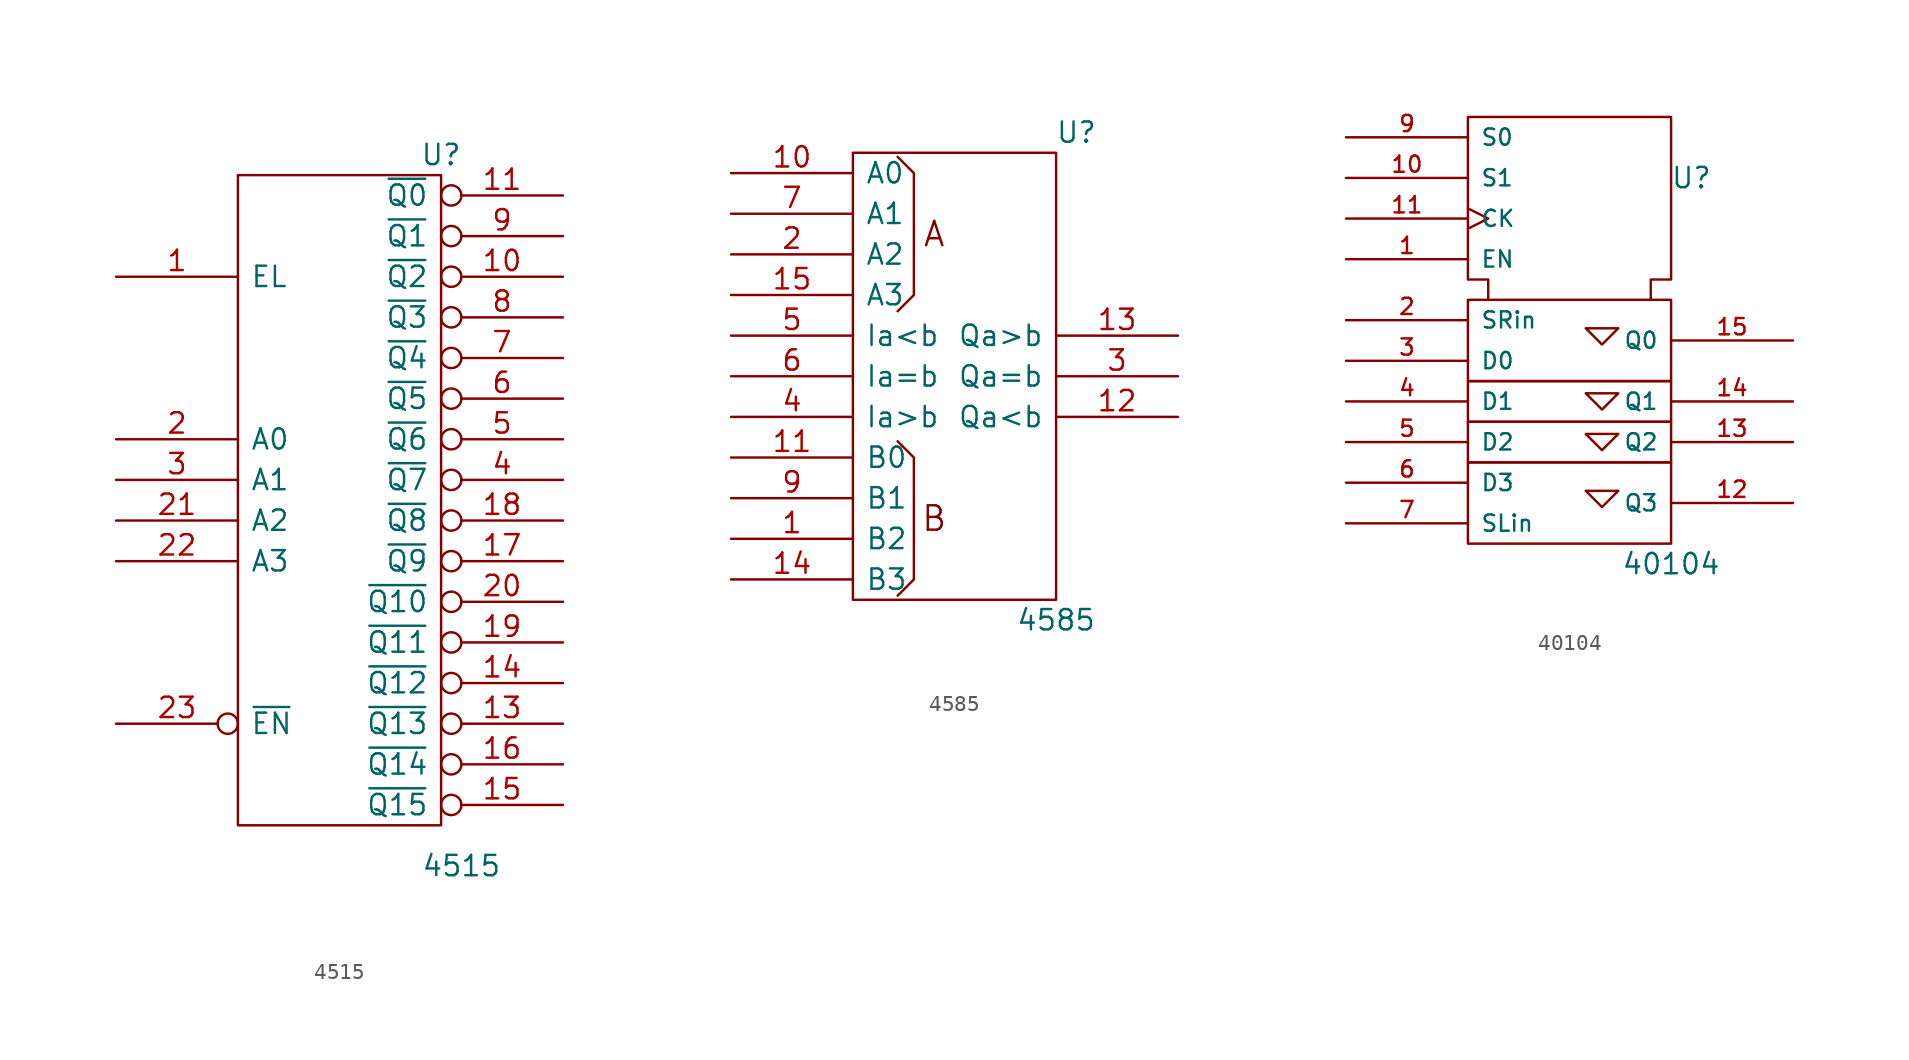
<source format=kicad_sym>
(kicad_symbol_lib
  (version 20211014)
  (generator kicad_symbol_editor)
  (symbol "4515"
    (pin_names
      (offset 0.762))
    (property "Reference" "U"
      (at 6.35 21.59 0)
      (effects (font (size 1.27 1.27))))
    (property "Value" "4515"
      (at 7.62 -22.86 0)
      (effects (font (size 1.27 1.27))))
    (symbol "4515_0_1"
      (rectangle (start -6.35 20.32) (end 6.35 -20.32) (stroke (width 0) (type default) (color 0 0 0 0)) (fill (type none))))
    (symbol "4515_1_1"
      (pin input line (at -13.97 13.97 0) (length 7.62) (name "EL" (effects (font (size 1.27 1.27)))) (number "1" (effects (font (size 1.27 1.27)))))
      (pin output inverted (at 13.97 13.97 180) (length 7.62) (name "~{Q2}" (effects (font (size 1.27 1.27)))) (number "10" (effects (font (size 1.27 1.27)))))
      (pin output inverted (at 13.97 19.05 180) (length 7.62) (name "~{Q0}" (effects (font (size 1.27 1.27)))) (number "11" (effects (font (size 1.27 1.27)))))
      (pin power_in line (at 0 -20.32 90) (length 0) hide (name "Vss" (effects (font (size 1.27 1.27)))) (number "12" (effects (font (size 1.27 1.27)))))
      (pin output inverted (at 13.97 -13.97 180) (length 7.62) (name "~{Q13}" (effects (font (size 1.27 1.27)))) (number "13" (effects (font (size 1.27 1.27)))))
      (pin output inverted (at 13.97 -11.43 180) (length 7.62) (name "~{Q12}" (effects (font (size 1.27 1.27)))) (number "14" (effects (font (size 1.27 1.27)))))
      (pin output inverted (at 13.97 -19.05 180) (length 7.62) (name "~{Q15}" (effects (font (size 1.27 1.27)))) (number "15" (effects (font (size 1.27 1.27)))))
      (pin output inverted (at 13.97 -16.51 180) (length 7.62) (name "~{Q14}" (effects (font (size 1.27 1.27)))) (number "16" (effects (font (size 1.27 1.27)))))
      (pin output inverted (at 13.97 -3.81 180) (length 7.62) (name "~{Q9}" (effects (font (size 1.27 1.27)))) (number "17" (effects (font (size 1.27 1.27)))))
      (pin output inverted (at 13.97 -1.27 180) (length 7.62) (name "~{Q8}" (effects (font (size 1.27 1.27)))) (number "18" (effects (font (size 1.27 1.27)))))
      (pin output inverted (at 13.97 -8.89 180) (length 7.62) (name "~{Q11}" (effects (font (size 1.27 1.27)))) (number "19" (effects (font (size 1.27 1.27)))))
      (pin input line (at -13.97 3.81 0) (length 7.62) (name "A0" (effects (font (size 1.27 1.27)))) (number "2" (effects (font (size 1.27 1.27)))))
      (pin output inverted (at 13.97 -6.35 180) (length 7.62) (name "~{Q10}" (effects (font (size 1.27 1.27)))) (number "20" (effects (font (size 1.27 1.27)))))
      (pin input line (at -13.97 -1.27 0) (length 7.62) (name "A2" (effects (font (size 1.27 1.27)))) (number "21" (effects (font (size 1.27 1.27)))))
      (pin input line (at -13.97 -3.81 0) (length 7.62) (name "A3" (effects (font (size 1.27 1.27)))) (number "22" (effects (font (size 1.27 1.27)))))
      (pin input inverted (at -13.97 -13.97 0) (length 7.62) (name "~{EN}" (effects (font (size 1.27 1.27)))) (number "23" (effects (font (size 1.27 1.27)))))
      (pin power_in line (at 0 20.32 270) (length 0) hide (name "Vdd" (effects (font (size 1.27 1.27)))) (number "24" (effects (font (size 1.27 1.27)))))
      (pin input line (at -13.97 1.27 0) (length 7.62) (name "A1" (effects (font (size 1.27 1.27)))) (number "3" (effects (font (size 1.27 1.27)))))
      (pin output inverted (at 13.97 1.27 180) (length 7.62) (name "~{Q7}" (effects (font (size 1.27 1.27)))) (number "4" (effects (font (size 1.27 1.27)))))
      (pin output inverted (at 13.97 3.81 180) (length 7.62) (name "~{Q6}" (effects (font (size 1.27 1.27)))) (number "5" (effects (font (size 1.27 1.27)))))
      (pin output inverted (at 13.97 6.35 180) (length 7.62) (name "~{Q5}" (effects (font (size 1.27 1.27)))) (number "6" (effects (font (size 1.27 1.27)))))
      (pin output inverted (at 13.97 8.89 180) (length 7.62) (name "~{Q4}" (effects (font (size 1.27 1.27)))) (number "7" (effects (font (size 1.27 1.27)))))
      (pin output inverted (at 13.97 11.43 180) (length 7.62) (name "~{Q3}" (effects (font (size 1.27 1.27)))) (number "8" (effects (font (size 1.27 1.27)))))
      (pin output inverted (at 13.97 16.51 180) (length 7.62) (name "~{Q1}" (effects (font (size 1.27 1.27)))) (number "9" (effects (font (size 1.27 1.27)))))))
  (symbol "4585"
    (pin_names
      (offset 0.762))
    (property "Reference" "U"
      (at 7.62 15.24 0)
      (effects (font (size 1.27 1.27))))
    (property "Value" "4585"
      (at 6.35 -15.24 0)
      (effects (font (size 1.27 1.27))))
    (symbol "4585_0_0"
      (rectangle (start -6.35 13.97) (end 6.35 -13.97) (stroke (width 0) (type default) (color 0 0 0 0)) (fill (type none)))
      (polyline (pts (xy -3.556 -4.064) (xy -2.54 -5.08) (xy -2.54 -12.7) (xy -3.556 -13.716) (xy -3.556 -13.716)) (stroke (width 0) (type default) (color 0 0 0 0)) (fill (type none)))
      (text "A" (at -1.27 8.89 0) (effects (font (size 1.524 1.524))))
      (text "B" (at -1.27 -8.89 0) (effects (font (size 1.524 1.524)))))
    (symbol "4585_0_1"
      (polyline (pts (xy -3.556 4.064) (xy -2.54 5.08) (xy -2.54 12.7) (xy -3.556 13.716) (xy -3.556 13.716)) (stroke (width 0) (type default) (color 0 0 0 0)) (fill (type none)))
      (pin power_in line (at 0 13.97 270) (length 0) hide (name "Vdd" (effects (font (size 1.27 1.27)))) (number "16" (effects (font (size 1.27 1.27)))))
      (pin power_in line (at 0 -13.97 90) (length 0) hide (name "Vss" (effects (font (size 1.27 1.27)))) (number "8" (effects (font (size 1.27 1.27))))))
    (symbol "4585_1_1"
      (pin input line (at -13.97 -10.16 0) (length 7.62) (name "B2" (effects (font (size 1.27 1.27)))) (number "1" (effects (font (size 1.27 1.27)))))
      (pin input line (at -13.97 12.7 0) (length 7.62) (name "A0" (effects (font (size 1.27 1.27)))) (number "10" (effects (font (size 1.27 1.27)))))
      (pin input line (at -13.97 -5.08 0) (length 7.62) (name "B0" (effects (font (size 1.27 1.27)))) (number "11" (effects (font (size 1.27 1.27)))))
      (pin output line (at 13.97 -2.54 180) (length 7.62) (name "Qa<b" (effects (font (size 1.27 1.27)))) (number "12" (effects (font (size 1.27 1.27)))))
      (pin output line (at 13.97 2.54 180) (length 7.62) (name "Qa>b" (effects (font (size 1.27 1.27)))) (number "13" (effects (font (size 1.27 1.27)))))
      (pin input line (at -13.97 -12.7 0) (length 7.62) (name "B3" (effects (font (size 1.27 1.27)))) (number "14" (effects (font (size 1.27 1.27)))))
      (pin input line (at -13.97 5.08 0) (length 7.62) (name "A3" (effects (font (size 1.27 1.27)))) (number "15" (effects (font (size 1.27 1.27)))))
      (pin input line (at -13.97 7.62 0) (length 7.62) (name "A2" (effects (font (size 1.27 1.27)))) (number "2" (effects (font (size 1.27 1.27)))))
      (pin output line (at 13.97 0 180) (length 7.62) (name "Qa=b" (effects (font (size 1.27 1.27)))) (number "3" (effects (font (size 1.27 1.27)))))
      (pin input line (at -13.97 -2.54 0) (length 7.62) (name "Ia>b" (effects (font (size 1.27 1.27)))) (number "4" (effects (font (size 1.27 1.27)))))
      (pin input line (at -13.97 2.54 0) (length 7.62) (name "Ia<b" (effects (font (size 1.27 1.27)))) (number "5" (effects (font (size 1.27 1.27)))))
      (pin input line (at -13.97 0 0) (length 7.62) (name "Ia=b" (effects (font (size 1.27 1.27)))) (number "6" (effects (font (size 1.27 1.27)))))
      (pin input line (at -13.97 10.16 0) (length 7.62) (name "A1" (effects (font (size 1.27 1.27)))) (number "7" (effects (font (size 1.27 1.27)))))
      (pin input line (at -13.97 -7.62 0) (length 7.62) (name "B1" (effects (font (size 1.27 1.27)))) (number "9" (effects (font (size 1.27 1.27)))))))
  (symbol "40104"
    (pin_names
      (offset 0.762))
    (property "Reference" "U"
      (at 7.62 8.89 0)
      (effects (font (size 1.27 1.27))))
    (property "Value" "40104"
      (at 6.35 -15.24 0)
      (effects (font (size 1.27 1.27))))
    (symbol "40104_0_0"
      (rectangle (start -6.35 -8.89) (end 6.35 -13.97) (stroke (width 0) (type default) (color 0 0 0 0)) (fill (type none)))
      (rectangle (start -6.35 -6.35) (end 6.35 -8.89) (stroke (width 0) (type default) (color 0 0 0 0)) (fill (type none))))
    (symbol "40104_0_1"
      (rectangle (start -6.35 -3.81) (end 6.35 -6.35) (stroke (width 0) (type default) (color 0 0 0 0)) (fill (type none)))
      (rectangle (start -6.35 1.27) (end 6.35 -3.81) (stroke (width 0) (type default) (color 0 0 0 0)) (fill (type none)))
      (polyline (pts (xy 1.016 -10.668) (xy 3.048 -10.668) (xy 2.032 -11.684) (xy 1.016 -10.668) (xy 1.016 -10.668)) (stroke (width 0) (type default) (color 0 0 0 0)) (fill (type none)))
      (polyline (pts (xy 1.016 -7.112) (xy 2.032 -8.128) (xy 3.048 -7.112) (xy 1.016 -7.112) (xy 1.016 -7.112)) (stroke (width 0) (type default) (color 0 0 0 0)) (fill (type none)))
      (polyline (pts (xy 1.016 -4.572) (xy 2.032 -5.588) (xy 3.048 -4.572) (xy 1.016 -4.572) (xy 1.016 -4.572)) (stroke (width 0) (type default) (color 0 0 0 0)) (fill (type none)))
      (polyline (pts (xy 1.016 -0.508) (xy 2.032 -1.524) (xy 3.048 -0.508) (xy 1.016 -0.508) (xy 1.016 -0.508)) (stroke (width 0) (type default) (color 0 0 0 0)) (fill (type none)))
      (polyline (pts (xy -5.08 1.27) (xy -5.08 2.54) (xy -6.35 2.54) (xy -6.35 12.7) (xy 6.35 12.7) (xy 6.35 2.54) (xy 5.08 2.54) (xy 5.08 1.27) (xy 5.08 1.27)) (stroke (width 0) (type default) (color 0 0 0 0)) (fill (type none))))
    (symbol "40104_1_1"
      (pin input line (at -13.97 3.81 0) (length 7.62) (name "EN" (effects (font (size 1.016 1.016)))) (number "1" (effects (font (size 1.016 1.016)))))
      (pin input line (at -13.97 8.89 0) (length 7.62) (name "S1" (effects (font (size 1.016 1.016)))) (number "10" (effects (font (size 1.016 1.016)))))
      (pin input clock (at -13.97 6.35 0) (length 7.62) (name "CK" (effects (font (size 1.016 1.016)))) (number "11" (effects (font (size 1.016 1.016)))))
      (pin output line (at 13.97 -11.43 180) (length 7.62) (name "Q3" (effects (font (size 1.016 1.016)))) (number "12" (effects (font (size 1.016 1.016)))))
      (pin output line (at 13.97 -7.62 180) (length 7.62) (name "Q2" (effects (font (size 1.016 1.016)))) (number "13" (effects (font (size 1.016 1.016)))))
      (pin output line (at 13.97 -5.08 180) (length 7.62) (name "Q1" (effects (font (size 1.016 1.016)))) (number "14" (effects (font (size 1.016 1.016)))))
      (pin output line (at 13.97 -1.27 180) (length 7.62) (name "Q0" (effects (font (size 1.016 1.016)))) (number "15" (effects (font (size 1.016 1.016)))))
      (pin power_in line (at 3.81 12.7 270) (length 0) hide (name "Vdd" (effects (font (size 1.016 1.016)))) (number "16" (effects (font (size 1.016 1.016)))))
      (pin input line (at -13.97 0 0) (length 7.62) (name "SRin" (effects (font (size 1.016 1.016)))) (number "2" (effects (font (size 1.016 1.016)))))
      (pin input line (at -13.97 -2.54 0) (length 7.62) (name "D0" (effects (font (size 1.016 1.016)))) (number "3" (effects (font (size 1.016 1.016)))))
      (pin input line (at -13.97 -5.08 0) (length 7.62) (name "D1" (effects (font (size 1.016 1.016)))) (number "4" (effects (font (size 1.016 1.016)))))
      (pin input line (at -13.97 -7.62 0) (length 7.62) (name "D2" (effects (font (size 1.016 1.016)))) (number "5" (effects (font (size 1.016 1.016)))))
      (pin input line (at -13.97 -10.16 0) (length 7.62) (name "D3" (effects (font (size 1.016 1.016)))) (number "6" (effects (font (size 1.016 1.016)))))
      (pin input line (at -13.97 -12.7 0) (length 7.62) (name "SLin" (effects (font (size 1.016 1.016)))) (number "7" (effects (font (size 1.016 1.016)))))
      (pin power_in line (at 0 12.7 270) (length 0) hide (name "Vss" (effects (font (size 1.016 1.016)))) (number "8" (effects (font (size 1.016 1.016)))))
      (pin input line (at -13.97 11.43 0) (length 7.62) (name "S0" (effects (font (size 1.016 1.016)))) (number "9" (effects (font (size 1.016 1.016))))))))
</source>
